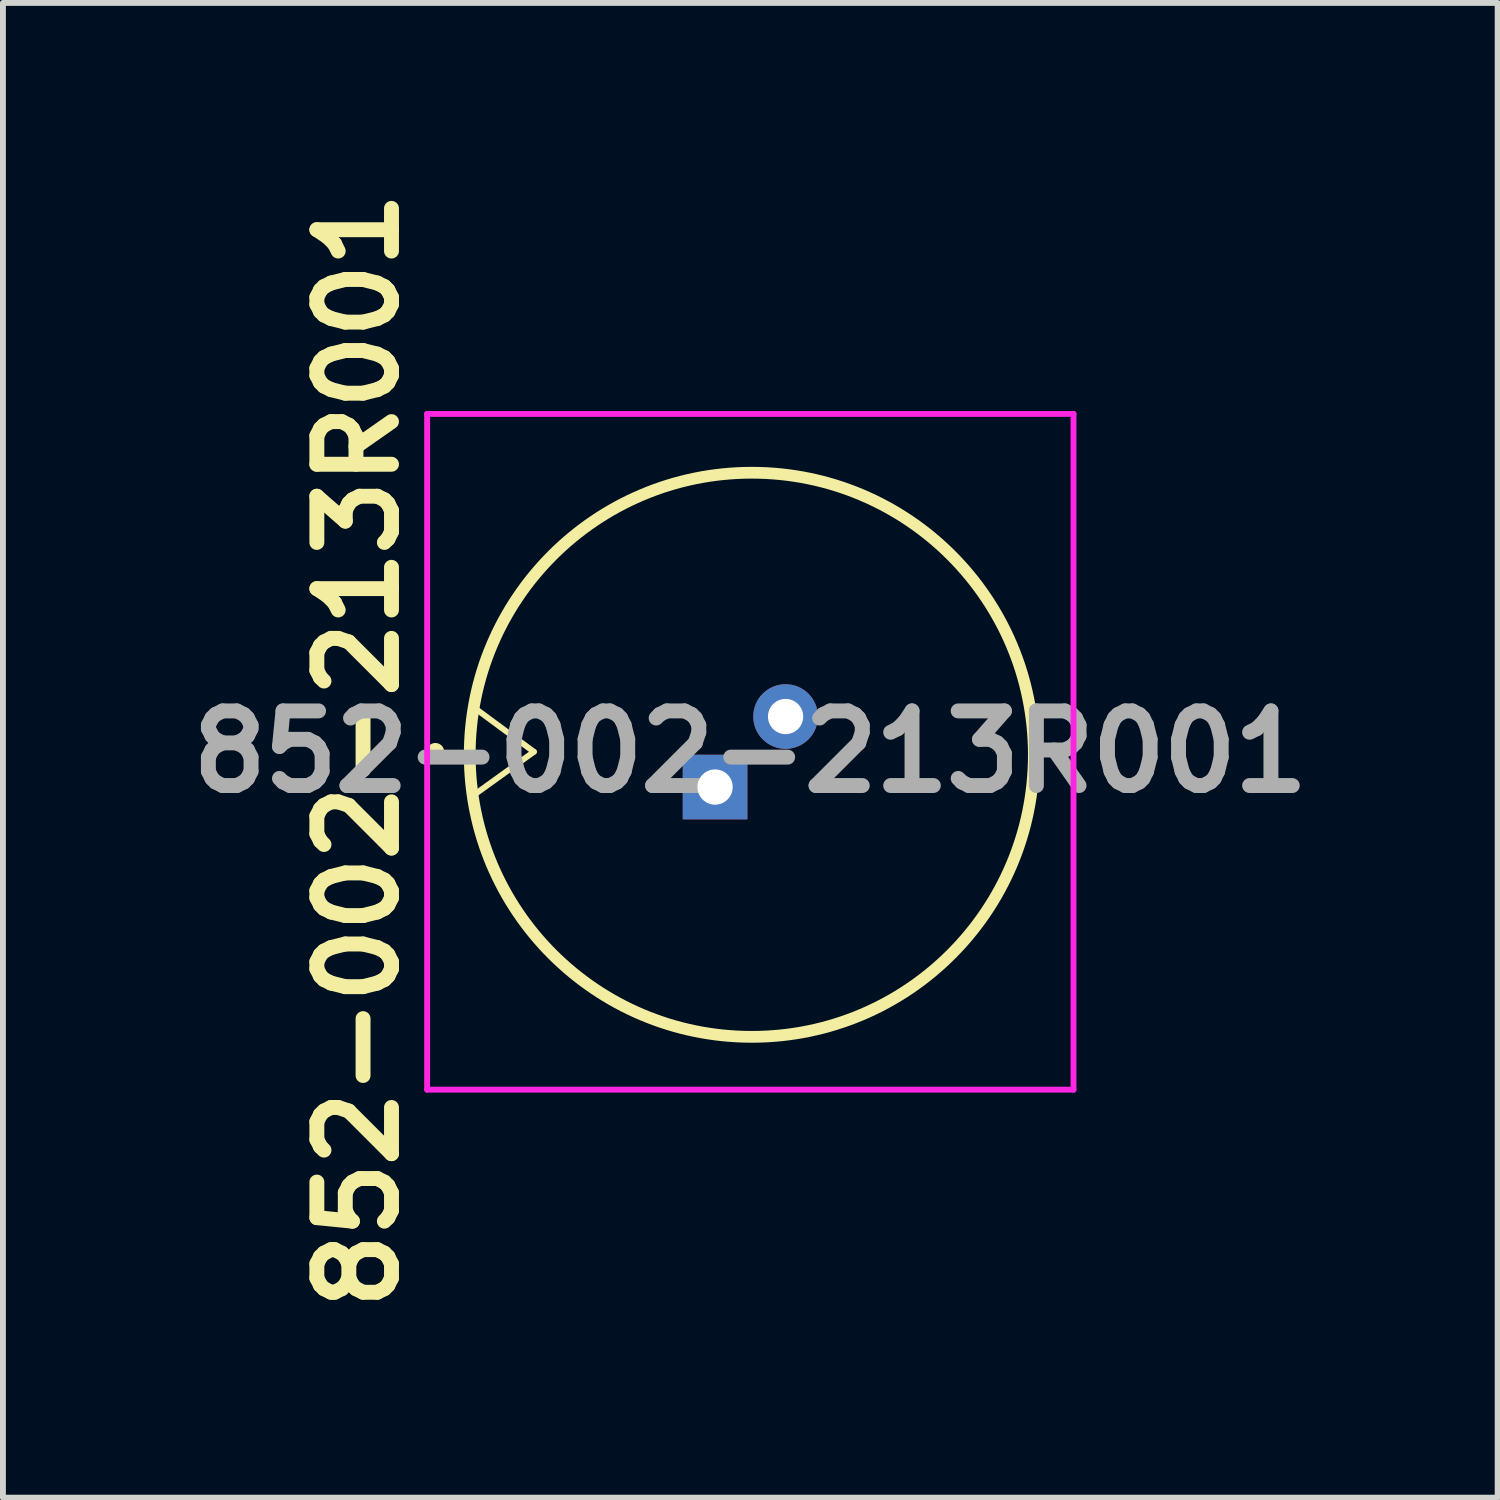
<source format=kicad_pcb>
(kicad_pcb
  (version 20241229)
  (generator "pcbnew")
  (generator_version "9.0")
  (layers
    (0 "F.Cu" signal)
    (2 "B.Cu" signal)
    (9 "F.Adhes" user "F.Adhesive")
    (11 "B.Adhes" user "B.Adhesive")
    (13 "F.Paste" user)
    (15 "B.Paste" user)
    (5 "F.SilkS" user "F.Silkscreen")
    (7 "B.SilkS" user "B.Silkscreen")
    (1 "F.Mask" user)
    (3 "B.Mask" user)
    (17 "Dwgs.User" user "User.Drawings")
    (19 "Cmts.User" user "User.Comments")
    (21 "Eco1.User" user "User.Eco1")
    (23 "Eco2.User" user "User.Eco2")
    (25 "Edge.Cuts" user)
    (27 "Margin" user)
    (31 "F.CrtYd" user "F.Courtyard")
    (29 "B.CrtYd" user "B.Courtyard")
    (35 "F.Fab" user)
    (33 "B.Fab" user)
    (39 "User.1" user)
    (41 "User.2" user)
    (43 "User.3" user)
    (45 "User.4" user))
  (footprint "852-002-213R001"
    (layer "F.Cu")
    (at 9.744 9.744)
    (property "Reference" "852-002-213R001" (at -6.706 -0.025 90) (layer "F.SilkS") (effects (font (size 1.27 1.27) (thickness 0.254))))
    (attr through_hole)
    (fp_line (start -4.724 -0.75) (end -3.708 0) (stroke (width 0.1) (type default)) (layer "F.SilkS"))
    (fp_line (start -3.708 0) (end -4.75 0.75) (stroke (width 0.1) (type default)) (layer "F.SilkS"))
    (fp_circle (center -5.385 0) (end -5.31 0) (stroke (width 0.15) (type default)) (fill no) (layer "F.SilkS"))
    (fp_circle (center 0 0.051) (end 4.8 0.051) (stroke (width 0.2) (type default)) (fill no) (layer "F.SilkS"))
    (fp_line (start -5.525 -5.75) (end 5.475 -5.75) (stroke (width 0.1) (type solid)) (layer "F.CrtYd"))
    (fp_line (start -5.525 5.75) (end -5.525 -5.75) (stroke (width 0.1) (type solid)) (layer "F.CrtYd"))
    (fp_line (start 5.475 -5.75) (end 5.475 5.75) (stroke (width 0.1) (type solid)) (layer "F.CrtYd"))
    (fp_line (start 5.475 5.75) (end -5.525 5.75) (stroke (width 0.1) (type solid)) (layer "F.CrtYd"))
    (fp_text user "${REFERENCE}" (at -0.025 0 0) (layer "F.Fab") (effects (font (size 1.27 1.27) (thickness 0.254))))
    (pad "1" thru_hole rect (at -0.625 0.6) (size 1.1 1.1) (drill 0.6) (layers "*.Cu" "*.Mask"))
    (pad "3" thru_hole circle (at 0.575 -0.6) (size 1.1 1.1) (drill 0.6) (layers "*.Cu" "*.Mask")))
  (gr_rect
    (start -3 -3)
    (end 22.437 22.437)
    (stroke (width 0.1) (type default))
    (fill no)
    (layer "Edge.Cuts")))
</source>
